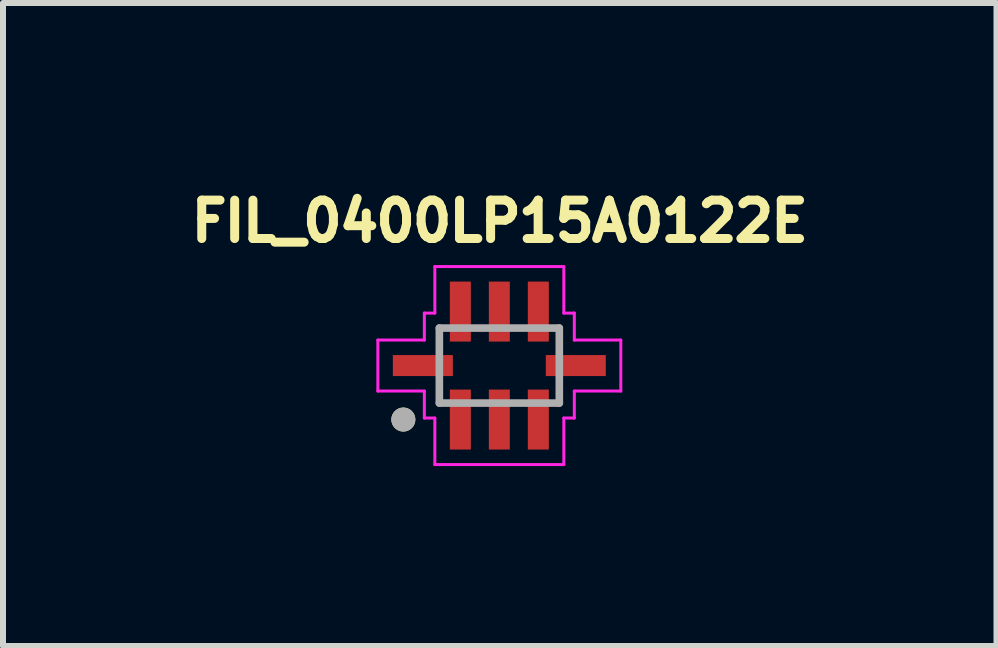
<source format=kicad_pcb>
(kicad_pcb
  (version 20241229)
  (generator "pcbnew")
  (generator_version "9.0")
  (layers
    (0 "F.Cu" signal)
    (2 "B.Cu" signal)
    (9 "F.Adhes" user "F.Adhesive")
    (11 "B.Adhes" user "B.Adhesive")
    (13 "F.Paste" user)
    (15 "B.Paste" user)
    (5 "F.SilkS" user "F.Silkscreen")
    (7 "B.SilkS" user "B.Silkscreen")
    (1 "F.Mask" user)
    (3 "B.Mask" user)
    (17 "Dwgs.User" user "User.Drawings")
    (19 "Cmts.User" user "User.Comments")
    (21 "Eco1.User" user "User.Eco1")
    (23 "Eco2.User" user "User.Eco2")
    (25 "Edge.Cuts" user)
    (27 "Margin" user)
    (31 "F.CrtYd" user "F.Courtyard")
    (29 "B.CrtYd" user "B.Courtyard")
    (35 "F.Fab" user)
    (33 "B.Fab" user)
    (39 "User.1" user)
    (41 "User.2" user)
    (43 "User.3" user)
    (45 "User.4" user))
  (footprint "FIL_0400LP15A0122E"
    (layer "F.Cu")
    (at 5.274 3.044)
    (property "Reference" "FIL_0400LP15A0122E" (at 0.007 -2.406 0) (layer "F.SilkS") (effects (font (size 0.64 0.64) (thickness 0.15))))
    (attr smd)
    (fp_circle (center -1.6 0.9) (end -1.5 0.9) (stroke (width 0.2) (type solid)) (fill no) (layer "F.SilkS"))
    (fp_line (start -2.025 -0.425) (end -2.025 0.425) (stroke (width 0.05) (type solid)) (layer "F.CrtYd"))
    (fp_line (start -2.025 0.425) (end -1.25 0.425) (stroke (width 0.05) (type solid)) (layer "F.CrtYd"))
    (fp_line (start -1.25 -0.875) (end -1.25 -0.425) (stroke (width 0.05) (type solid)) (layer "F.CrtYd"))
    (fp_line (start -1.25 -0.425) (end -2.025 -0.425) (stroke (width 0.05) (type solid)) (layer "F.CrtYd"))
    (fp_line (start -1.25 0.425) (end -1.25 0.875) (stroke (width 0.05) (type solid)) (layer "F.CrtYd"))
    (fp_line (start -1.25 0.875) (end -1.075 0.875) (stroke (width 0.05) (type solid)) (layer "F.CrtYd"))
    (fp_line (start -1.075 -1.65) (end -1.075 -0.875) (stroke (width 0.05) (type solid)) (layer "F.CrtYd"))
    (fp_line (start -1.075 -0.875) (end -1.25 -0.875) (stroke (width 0.05) (type solid)) (layer "F.CrtYd"))
    (fp_line (start -1.075 0.875) (end -1.075 1.65) (stroke (width 0.05) (type solid)) (layer "F.CrtYd"))
    (fp_line (start -1.075 1.65) (end 1.075 1.65) (stroke (width 0.05) (type solid)) (layer "F.CrtYd"))
    (fp_line (start 1.075 -1.65) (end -1.075 -1.65) (stroke (width 0.05) (type solid)) (layer "F.CrtYd"))
    (fp_line (start 1.075 -0.875) (end 1.075 -1.65) (stroke (width 0.05) (type solid)) (layer "F.CrtYd"))
    (fp_line (start 1.075 0.875) (end 1.25 0.875) (stroke (width 0.05) (type solid)) (layer "F.CrtYd"))
    (fp_line (start 1.075 1.65) (end 1.075 0.875) (stroke (width 0.05) (type solid)) (layer "F.CrtYd"))
    (fp_line (start 1.25 -0.875) (end 1.075 -0.875) (stroke (width 0.05) (type solid)) (layer "F.CrtYd"))
    (fp_line (start 1.25 -0.425) (end 1.25 -0.875) (stroke (width 0.05) (type solid)) (layer "F.CrtYd"))
    (fp_line (start 1.25 0.425) (end 2.025 0.425) (stroke (width 0.05) (type solid)) (layer "F.CrtYd"))
    (fp_line (start 1.25 0.875) (end 1.25 0.425) (stroke (width 0.05) (type solid)) (layer "F.CrtYd"))
    (fp_line (start 2.025 -0.425) (end 1.25 -0.425) (stroke (width 0.05) (type solid)) (layer "F.CrtYd"))
    (fp_line (start 2.025 0.425) (end 2.025 -0.425) (stroke (width 0.05) (type solid)) (layer "F.CrtYd"))
    (fp_line (start -1 -0.625) (end -1 0.625) (stroke (width 0.127) (type solid)) (layer "F.Fab"))
    (fp_line (start -1 0.625) (end 1 0.625) (stroke (width 0.127) (type solid)) (layer "F.Fab"))
    (fp_line (start 1 -0.625) (end -1 -0.625) (stroke (width 0.127) (type solid)) (layer "F.Fab"))
    (fp_line (start 1 0.625) (end 1 -0.625) (stroke (width 0.127) (type solid)) (layer "F.Fab"))
    (fp_circle (center -1.6 0.9) (end -1.5 0.9) (stroke (width 0.2) (type solid)) (fill no) (layer "F.Fab"))
    (pad "1" smd rect (at -0.65 0.9) (size 0.35 1) (layers "F.Cu" "F.Mask" "F.Paste"))
    (pad "2" smd rect (at 0 0.9) (size 0.35 1) (layers "F.Cu" "F.Mask" "F.Paste"))
    (pad "3" smd rect (at 0.65 0.9) (size 0.35 1) (layers "F.Cu" "F.Mask" "F.Paste"))
    (pad "4" smd rect (at 1.275 0) (size 1 0.35) (layers "F.Cu" "F.Mask" "F.Paste"))
    (pad "5" smd rect (at 0.65 -0.9) (size 0.35 1) (layers "F.Cu" "F.Mask" "F.Paste"))
    (pad "6" smd rect (at 0 -0.9) (size 0.35 1) (layers "F.Cu" "F.Mask" "F.Paste"))
    (pad "7" smd rect (at -0.65 -0.9) (size 0.35 1) (layers "F.Cu" "F.Mask" "F.Paste"))
    (pad "8" smd rect (at -1.275 0) (size 1 0.35) (layers "F.Cu" "F.Mask" "F.Paste")))
  (gr_rect
    (start -3 -3)
    (end 13.562 7.719)
    (stroke (width 0.1) (type default))
    (fill no)
    (layer "Edge.Cuts")))
</source>
